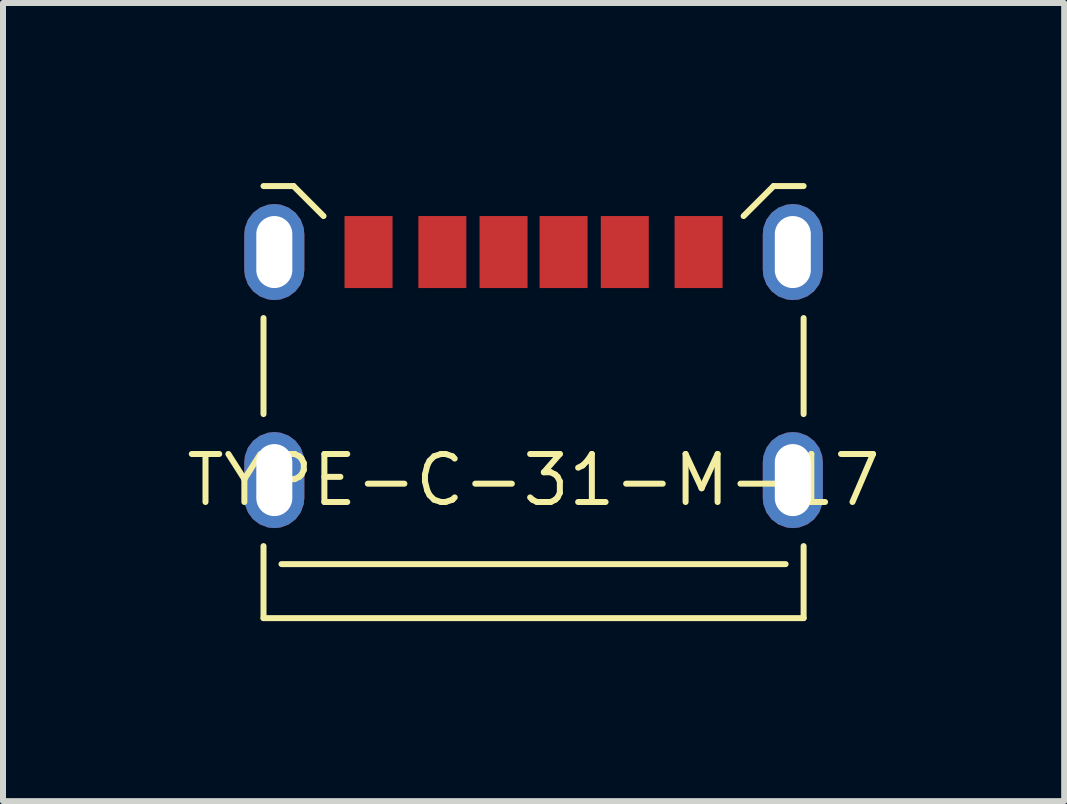
<source format=kicad_pcb>
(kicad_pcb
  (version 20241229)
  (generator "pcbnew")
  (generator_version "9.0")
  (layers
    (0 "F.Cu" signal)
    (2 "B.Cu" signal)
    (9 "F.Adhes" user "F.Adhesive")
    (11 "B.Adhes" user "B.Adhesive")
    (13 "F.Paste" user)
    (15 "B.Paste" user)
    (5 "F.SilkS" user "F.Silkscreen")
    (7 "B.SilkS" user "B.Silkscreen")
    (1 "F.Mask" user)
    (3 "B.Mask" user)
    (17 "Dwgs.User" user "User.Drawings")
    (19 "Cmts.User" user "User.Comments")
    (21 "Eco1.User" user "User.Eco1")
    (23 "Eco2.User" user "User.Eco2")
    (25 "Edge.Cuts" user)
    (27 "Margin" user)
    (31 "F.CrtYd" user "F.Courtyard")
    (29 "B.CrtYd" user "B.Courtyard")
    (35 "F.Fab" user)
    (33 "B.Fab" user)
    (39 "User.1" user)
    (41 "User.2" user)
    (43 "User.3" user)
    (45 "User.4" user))
  (footprint "TYPE-C-31-M-17"
    (layer "F.Cu")
    (at 5.841 4.95)
    (property "Reference" "TYPE-C-31-M-17" (at 0 0 0) (layer "F.SilkS") (effects (font (size 0.8 0.8) (thickness 0.1))))
    (attr smd)
    (fp_line (start -4.5 -4.9) (end -4 -4.9) (stroke (width 0.1) (type solid)) (layer "F.SilkS"))
    (fp_line (start -4.5 -2.7) (end -4.5 -1.1) (stroke (width 0.1) (type solid)) (layer "F.SilkS"))
    (fp_line (start -4.5 1.1) (end -4.5 2.3) (stroke (width 0.1) (type solid)) (layer "F.SilkS"))
    (fp_line (start -4 -4.9) (end -3.5 -4.4) (stroke (width 0.1) (type solid)) (layer "F.SilkS"))
    (fp_line (start 3.5 -4.4) (end 4 -4.9) (stroke (width 0.1) (type solid)) (layer "F.SilkS"))
    (fp_line (start 4 -4.9) (end 4.5 -4.9) (stroke (width 0.1) (type solid)) (layer "F.SilkS"))
    (fp_line (start 4.2 1.4) (end -4.2 1.4) (stroke (width 0.1) (type solid)) (layer "F.SilkS"))
    (fp_line (start 4.5 -2.7) (end 4.5 -1.1) (stroke (width 0.1) (type solid)) (layer "F.SilkS"))
    (fp_line (start 4.5 1.1) (end 4.5 2.3) (stroke (width 0.1) (type solid)) (layer "F.SilkS"))
    (fp_line (start 4.5 2.3) (end -4.5 2.3) (stroke (width 0.1) (type solid)) (layer "F.SilkS"))
    (pad "1" thru_hole roundrect (at -4.32 -3.8) (size 1 1.6) (drill oval 0.6 1.2) (layers "*.Cu" "*.Mask") (roundrect_rratio 0.5))
    (pad "1" thru_hole roundrect (at -4.32 0) (size 1 1.6) (drill oval 0.6 1.2) (layers "*.Cu" "*.Mask") (roundrect_rratio 0.5))
    (pad "1" thru_hole roundrect (at 4.32 -3.8) (size 1 1.6) (drill oval 0.6 1.2) (layers "*.Cu" "*.Mask") (roundrect_rratio 0.5))
    (pad "1" thru_hole roundrect (at 4.32 0) (size 1 1.6) (drill oval 0.6 1.2) (layers "*.Cu" "*.Mask") (roundrect_rratio 0.5))
    (pad "A5" smd rect (at -0.5 -3.8) (size 0.8 1.2) (layers "F.Cu" "F.Mask" "F.Paste"))
    (pad "A9" smd rect (at 1.52 -3.8) (size 0.8 1.2) (layers "F.Cu" "F.Mask" "F.Paste"))
    (pad "A12" smd rect (at 2.75 -3.8) (size 0.8 1.2) (layers "F.Cu" "F.Mask" "F.Paste"))
    (pad "B5" smd rect (at 0.5 -3.8) (size 0.8 1.2) (layers "F.Cu" "F.Mask" "F.Paste"))
    (pad "B9" smd rect (at -1.52 -3.8) (size 0.8 1.2) (layers "F.Cu" "F.Mask" "F.Paste"))
    (pad "B12" smd rect (at -2.75 -3.8) (size 0.8 1.2) (layers "F.Cu" "F.Mask" "F.Paste")))
  (gr_rect
    (start -3 -3)
    (end 14.683 10.3)
    (stroke (width 0.1) (type default))
    (fill no)
    (layer "Edge.Cuts")))
</source>
